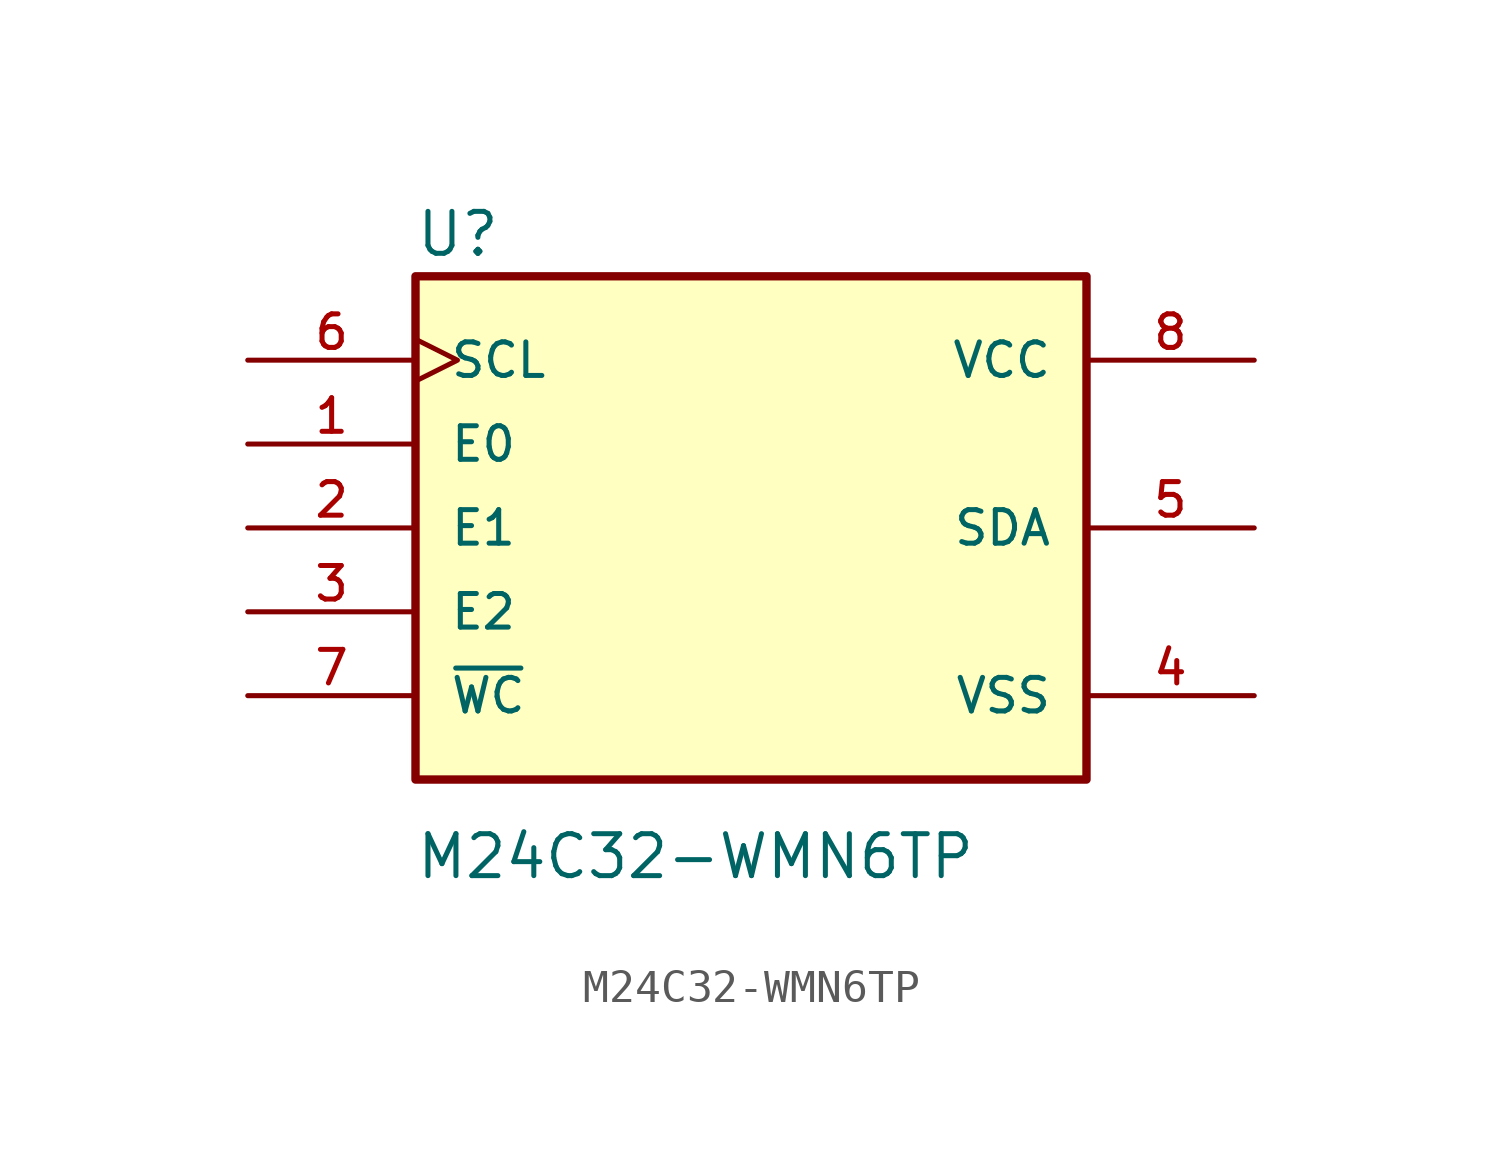
<source format=kicad_sym>
(kicad_symbol_lib
  (version 20211014)
  (generator kicad_symbol_editor)
  (symbol "M24C32-WMN6TP"
    (pin_names
      (offset 1.016))
    (property "Reference" "U"
      (at -10.185 8.153 0)
      (effects (font (size 1.27 1.27)) (justify left bottom)))
    (property "Value" "M24C32-WMN6TP"
      (at -10.185 -10.693 0)
      (effects (font (size 1.27 1.27)) (justify left bottom)))
    (property "ki_locked" ""
      (at 0 0 0)
      (effects (font (size 1.27 1.27))))
    (symbol "M24C32-WMN6TP_0_0"
      (rectangle (start -10.16 -7.62) (end 10.16 7.62) (stroke (width 0.254) (type default) (color 0 0 0 0)) (fill (type background)))
      (pin input line (at -15.24 2.54 0) (length 5.08) (name "E0" (effects (font (size 1.016 1.016)))) (number "1" (effects (font (size 1.016 1.016)))))
      (pin input line (at -15.24 0 0) (length 5.08) (name "E1" (effects (font (size 1.016 1.016)))) (number "2" (effects (font (size 1.016 1.016)))))
      (pin input line (at -15.24 -2.54 0) (length 5.08) (name "E2" (effects (font (size 1.016 1.016)))) (number "3" (effects (font (size 1.016 1.016)))))
      (pin power_in line (at 15.24 -5.08 180) (length 5.08) (name "VSS" (effects (font (size 1.016 1.016)))) (number "4" (effects (font (size 1.016 1.016)))))
      (pin bidirectional line (at 15.24 0 180) (length 5.08) (name "SDA" (effects (font (size 1.016 1.016)))) (number "5" (effects (font (size 1.016 1.016)))))
      (pin input clock (at -15.24 5.08 0) (length 5.08) (name "SCL" (effects (font (size 1.016 1.016)))) (number "6" (effects (font (size 1.016 1.016)))))
      (pin input line (at -15.24 -5.08 0) (length 5.08) (name "~{WC}" (effects (font (size 1.016 1.016)))) (number "7" (effects (font (size 1.016 1.016)))))
      (pin power_in line (at 15.24 5.08 180) (length 5.08) (name "VCC" (effects (font (size 1.016 1.016)))) (number "8" (effects (font (size 1.016 1.016))))))))
</source>
